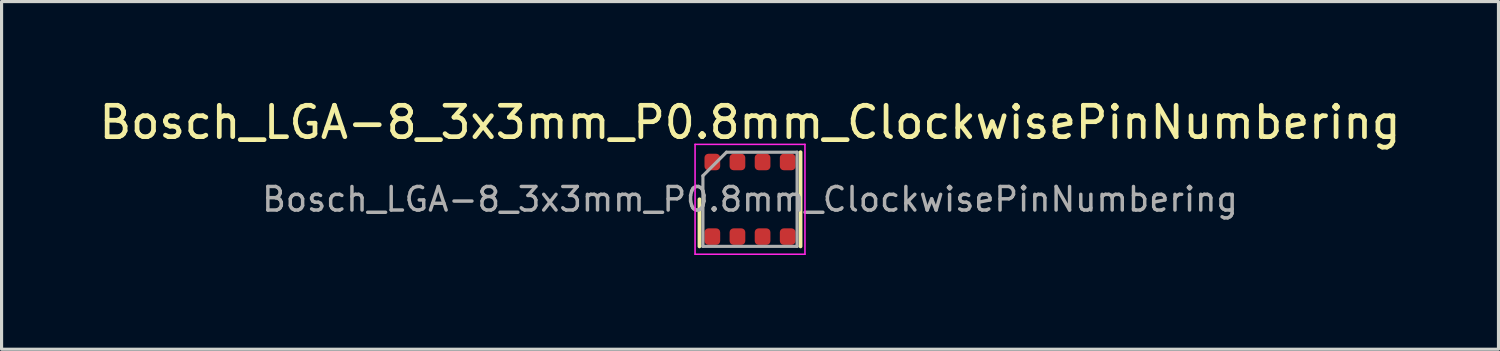
<source format=kicad_pcb>
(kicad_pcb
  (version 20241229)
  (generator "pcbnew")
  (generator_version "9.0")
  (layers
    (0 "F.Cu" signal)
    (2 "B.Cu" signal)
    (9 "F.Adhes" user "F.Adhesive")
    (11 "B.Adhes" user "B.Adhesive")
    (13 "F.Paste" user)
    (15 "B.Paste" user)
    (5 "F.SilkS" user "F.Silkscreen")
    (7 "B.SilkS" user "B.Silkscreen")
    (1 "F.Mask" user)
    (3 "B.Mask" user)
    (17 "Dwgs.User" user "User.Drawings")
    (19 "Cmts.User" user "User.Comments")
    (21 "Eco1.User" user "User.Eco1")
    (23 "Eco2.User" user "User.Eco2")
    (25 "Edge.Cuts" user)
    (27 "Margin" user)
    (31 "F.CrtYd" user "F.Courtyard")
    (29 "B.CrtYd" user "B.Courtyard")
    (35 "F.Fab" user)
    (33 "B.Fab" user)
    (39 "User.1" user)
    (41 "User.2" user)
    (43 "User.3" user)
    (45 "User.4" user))
  (footprint "Bosch_LGA-8_3x3mm_P0.8mm_ClockwisePinNumbering"
    (layer "F.Cu")
    (at 20.839 3.298)
    (property "Reference" "Bosch_LGA-8_3x3mm_P0.8mm_ClockwisePinNumbering" (at 0 -2.45 0) (layer "F.SilkS") (effects (font (size 1 1) (thickness 0.15))))
    (attr smd)
    (fp_line (start -1.61 0) (end -1.61 1.5) (stroke (width 0.12) (type solid)) (layer "F.SilkS"))
    (fp_line (start 1.61 -1.5) (end 1.61 1.5) (stroke (width 0.12) (type solid)) (layer "F.SilkS"))
    (fp_line (start -1.75 -1.75) (end -1.75 1.75) (stroke (width 0.05) (type solid)) (layer "F.CrtYd"))
    (fp_line (start -1.75 1.75) (end 1.75 1.75) (stroke (width 0.05) (type solid)) (layer "F.CrtYd"))
    (fp_line (start 1.75 -1.75) (end -1.75 -1.75) (stroke (width 0.05) (type solid)) (layer "F.CrtYd"))
    (fp_line (start 1.75 1.75) (end 1.75 -1.75) (stroke (width 0.05) (type solid)) (layer "F.CrtYd"))
    (fp_line (start -1.5 -0.75) (end -0.75 -1.5) (stroke (width 0.1) (type solid)) (layer "F.Fab"))
    (fp_line (start -1.5 1.5) (end -1.5 -0.75) (stroke (width 0.1) (type solid)) (layer "F.Fab"))
    (fp_line (start -0.75 -1.5) (end 1.5 -1.5) (stroke (width 0.1) (type solid)) (layer "F.Fab"))
    (fp_line (start 1.5 -1.5) (end 1.5 1.5) (stroke (width 0.1) (type solid)) (layer "F.Fab"))
    (fp_line (start 1.5 1.5) (end -1.5 1.5) (stroke (width 0.1) (type solid)) (layer "F.Fab"))
    (fp_text user "${REFERENCE}" (at 0 0 0) (layer "F.Fab") (effects (font (size 0.75 0.75) (thickness 0.11))))
    (pad "1" smd roundrect (at -1.2 -1.188) (size 0.5 0.525) (layers "F.Cu" "F.Mask" "F.Paste") (roundrect_rratio 0.25))
    (pad "2" smd roundrect (at -0.4 -1.188) (size 0.5 0.525) (layers "F.Cu" "F.Mask" "F.Paste") (roundrect_rratio 0.25))
    (pad "3" smd roundrect (at 0.4 -1.188) (size 0.5 0.525) (layers "F.Cu" "F.Mask" "F.Paste") (roundrect_rratio 0.25))
    (pad "4" smd roundrect (at 1.2 -1.188) (size 0.5 0.525) (layers "F.Cu" "F.Mask" "F.Paste") (roundrect_rratio 0.25))
    (pad "5" smd roundrect (at 1.2 1.188) (size 0.5 0.525) (layers "F.Cu" "F.Mask" "F.Paste") (roundrect_rratio 0.25))
    (pad "6" smd roundrect (at 0.4 1.188) (size 0.5 0.525) (layers "F.Cu" "F.Mask" "F.Paste") (roundrect_rratio 0.25))
    (pad "7" smd roundrect (at -0.4 1.188) (size 0.5 0.525) (layers "F.Cu" "F.Mask" "F.Paste") (roundrect_rratio 0.25))
    (pad "8" smd roundrect (at -1.2 1.188) (size 0.5 0.525) (layers "F.Cu" "F.Mask" "F.Paste") (roundrect_rratio 0.25)))
  (gr_rect
    (start -3 -3)
    (end 44.679 8.073)
    (stroke (width 0.1) (type default))
    (fill no)
    (layer "Edge.Cuts")))
</source>
